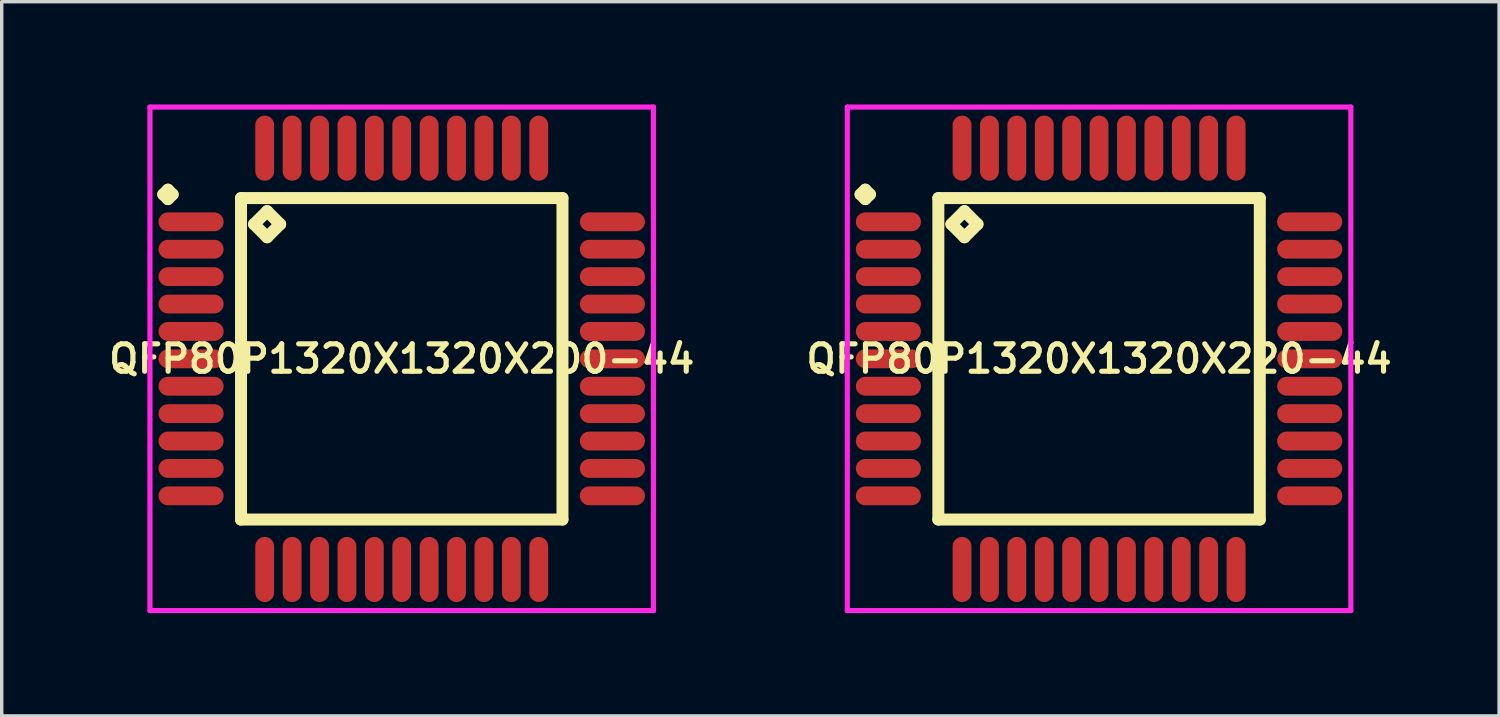
<source format=kicad_pcb>
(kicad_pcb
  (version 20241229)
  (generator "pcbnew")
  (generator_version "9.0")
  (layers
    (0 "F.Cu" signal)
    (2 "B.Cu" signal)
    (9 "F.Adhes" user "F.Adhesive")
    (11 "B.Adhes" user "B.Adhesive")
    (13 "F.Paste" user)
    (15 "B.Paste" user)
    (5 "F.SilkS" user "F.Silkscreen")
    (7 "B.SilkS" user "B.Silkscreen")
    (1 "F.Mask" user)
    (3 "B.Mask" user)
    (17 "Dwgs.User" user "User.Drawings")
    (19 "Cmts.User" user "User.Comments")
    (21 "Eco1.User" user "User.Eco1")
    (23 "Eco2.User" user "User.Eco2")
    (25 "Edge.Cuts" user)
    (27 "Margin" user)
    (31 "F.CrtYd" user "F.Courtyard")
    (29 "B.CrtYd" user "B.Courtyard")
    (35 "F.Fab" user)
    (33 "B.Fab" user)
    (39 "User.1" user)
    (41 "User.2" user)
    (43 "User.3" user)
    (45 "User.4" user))
  (footprint "QFP80P1320X1320X200-44"
    (layer "F.Cu")
    (at 8.678 7.425)
    (property "Reference" "QFP80P1320X1320X200-44" (at 0 0 0) (layer "F.SilkS") (effects (font (size 0.8 0.8) (thickness 0.15))))
    (attr smd)
    (fp_line (start -6.963 -4.8) (end -6.825 -4.938) (stroke (width 0.35) (type solid)) (layer "F.SilkS"))
    (fp_line (start -6.825 -4.938) (end -6.688 -4.8) (stroke (width 0.35) (type solid)) (layer "F.SilkS"))
    (fp_line (start -6.825 -4.662) (end -6.963 -4.8) (stroke (width 0.35) (type solid)) (layer "F.SilkS"))
    (fp_line (start -6.688 -4.8) (end -6.825 -4.662) (stroke (width 0.35) (type solid)) (layer "F.SilkS"))
    (fp_line (start -4.692 -4.692) (end -4.692 4.692) (stroke (width 0.35) (type solid)) (layer "F.SilkS"))
    (fp_line (start -4.692 4.692) (end 4.692 4.692) (stroke (width 0.35) (type solid)) (layer "F.SilkS"))
    (fp_line (start -4.311 -3.93) (end -3.93 -4.311) (stroke (width 0.35) (type solid)) (layer "F.SilkS"))
    (fp_line (start -3.93 -4.311) (end -3.549 -3.93) (stroke (width 0.35) (type solid)) (layer "F.SilkS"))
    (fp_line (start -3.93 -3.549) (end -4.311 -3.93) (stroke (width 0.35) (type solid)) (layer "F.SilkS"))
    (fp_line (start -3.549 -3.93) (end -3.93 -3.549) (stroke (width 0.35) (type solid)) (layer "F.SilkS"))
    (fp_line (start 4.692 -4.692) (end -4.692 -4.692) (stroke (width 0.35) (type solid)) (layer "F.SilkS"))
    (fp_line (start 4.692 4.692) (end 4.692 -4.692) (stroke (width 0.35) (type solid)) (layer "F.SilkS"))
    (fp_line (start -7.35 -7.35) (end 7.35 -7.35) (stroke (width 0.15) (type solid)) (layer "F.CrtYd"))
    (fp_line (start -7.35 7.35) (end -7.35 -7.35) (stroke (width 0.15) (type solid)) (layer "F.CrtYd"))
    (fp_line (start 7.35 -7.35) (end 7.35 7.35) (stroke (width 0.15) (type solid)) (layer "F.CrtYd"))
    (fp_line (start 7.35 7.35) (end -7.35 7.35) (stroke (width 0.15) (type solid)) (layer "F.CrtYd"))
    (pad "1" smd oval (at -6.15 -4) (size 1.9 0.55) (layers "F.Cu" "F.Mask" "F.Paste"))
    (pad "2" smd oval (at -6.15 -3.2) (size 1.9 0.55) (layers "F.Cu" "F.Mask" "F.Paste"))
    (pad "3" smd oval (at -6.15 -2.4) (size 1.9 0.55) (layers "F.Cu" "F.Mask" "F.Paste"))
    (pad "4" smd oval (at -6.15 -1.6) (size 1.9 0.55) (layers "F.Cu" "F.Mask" "F.Paste"))
    (pad "5" smd oval (at -6.15 -0.8) (size 1.9 0.55) (layers "F.Cu" "F.Mask" "F.Paste"))
    (pad "6" smd oval (at -6.15 0) (size 1.9 0.55) (layers "F.Cu" "F.Mask" "F.Paste"))
    (pad "7" smd oval (at -6.15 0.8) (size 1.9 0.55) (layers "F.Cu" "F.Mask" "F.Paste"))
    (pad "8" smd oval (at -6.15 1.6) (size 1.9 0.55) (layers "F.Cu" "F.Mask" "F.Paste"))
    (pad "9" smd oval (at -6.15 2.4) (size 1.9 0.55) (layers "F.Cu" "F.Mask" "F.Paste"))
    (pad "10" smd oval (at -6.15 3.2) (size 1.9 0.55) (layers "F.Cu" "F.Mask" "F.Paste"))
    (pad "11" smd oval (at -6.15 4) (size 1.9 0.55) (layers "F.Cu" "F.Mask" "F.Paste"))
    (pad "12" smd oval (at -4 6.15) (size 0.55 1.9) (layers "F.Cu" "F.Mask" "F.Paste"))
    (pad "13" smd oval (at -3.2 6.15) (size 0.55 1.9) (layers "F.Cu" "F.Mask" "F.Paste"))
    (pad "14" smd oval (at -2.4 6.15) (size 0.55 1.9) (layers "F.Cu" "F.Mask" "F.Paste"))
    (pad "15" smd oval (at -1.6 6.15) (size 0.55 1.9) (layers "F.Cu" "F.Mask" "F.Paste"))
    (pad "16" smd oval (at -0.8 6.15) (size 0.55 1.9) (layers "F.Cu" "F.Mask" "F.Paste"))
    (pad "17" smd oval (at 0 6.15) (size 0.55 1.9) (layers "F.Cu" "F.Mask" "F.Paste"))
    (pad "18" smd oval (at 0.8 6.15) (size 0.55 1.9) (layers "F.Cu" "F.Mask" "F.Paste"))
    (pad "19" smd oval (at 1.6 6.15) (size 0.55 1.9) (layers "F.Cu" "F.Mask" "F.Paste"))
    (pad "20" smd oval (at 2.4 6.15) (size 0.55 1.9) (layers "F.Cu" "F.Mask" "F.Paste"))
    (pad "21" smd oval (at 3.2 6.15) (size 0.55 1.9) (layers "F.Cu" "F.Mask" "F.Paste"))
    (pad "22" smd oval (at 4 6.15) (size 0.55 1.9) (layers "F.Cu" "F.Mask" "F.Paste"))
    (pad "23" smd oval (at 6.15 4) (size 1.9 0.55) (layers "F.Cu" "F.Mask" "F.Paste"))
    (pad "24" smd oval (at 6.15 3.2) (size 1.9 0.55) (layers "F.Cu" "F.Mask" "F.Paste"))
    (pad "25" smd oval (at 6.15 2.4) (size 1.9 0.55) (layers "F.Cu" "F.Mask" "F.Paste"))
    (pad "26" smd oval (at 6.15 1.6) (size 1.9 0.55) (layers "F.Cu" "F.Mask" "F.Paste"))
    (pad "27" smd oval (at 6.15 0.8) (size 1.9 0.55) (layers "F.Cu" "F.Mask" "F.Paste"))
    (pad "28" smd oval (at 6.15 0) (size 1.9 0.55) (layers "F.Cu" "F.Mask" "F.Paste"))
    (pad "29" smd oval (at 6.15 -0.8) (size 1.9 0.55) (layers "F.Cu" "F.Mask" "F.Paste"))
    (pad "30" smd oval (at 6.15 -1.6) (size 1.9 0.55) (layers "F.Cu" "F.Mask" "F.Paste"))
    (pad "31" smd oval (at 6.15 -2.4) (size 1.9 0.55) (layers "F.Cu" "F.Mask" "F.Paste"))
    (pad "32" smd oval (at 6.15 -3.2) (size 1.9 0.55) (layers "F.Cu" "F.Mask" "F.Paste"))
    (pad "33" smd oval (at 6.15 -4) (size 1.9 0.55) (layers "F.Cu" "F.Mask" "F.Paste"))
    (pad "34" smd oval (at 4 -6.15) (size 0.55 1.9) (layers "F.Cu" "F.Mask" "F.Paste"))
    (pad "35" smd oval (at 3.2 -6.15) (size 0.55 1.9) (layers "F.Cu" "F.Mask" "F.Paste"))
    (pad "36" smd oval (at 2.4 -6.15) (size 0.55 1.9) (layers "F.Cu" "F.Mask" "F.Paste"))
    (pad "37" smd oval (at 1.6 -6.15) (size 0.55 1.9) (layers "F.Cu" "F.Mask" "F.Paste"))
    (pad "38" smd oval (at 0.8 -6.15) (size 0.55 1.9) (layers "F.Cu" "F.Mask" "F.Paste"))
    (pad "39" smd oval (at 0 -6.15) (size 0.55 1.9) (layers "F.Cu" "F.Mask" "F.Paste"))
    (pad "40" smd oval (at -0.8 -6.15) (size 0.55 1.9) (layers "F.Cu" "F.Mask" "F.Paste"))
    (pad "41" smd oval (at -1.6 -6.15) (size 0.55 1.9) (layers "F.Cu" "F.Mask" "F.Paste"))
    (pad "42" smd oval (at -2.4 -6.15) (size 0.55 1.9) (layers "F.Cu" "F.Mask" "F.Paste"))
    (pad "43" smd oval (at -3.2 -6.15) (size 0.55 1.9) (layers "F.Cu" "F.Mask" "F.Paste"))
    (pad "44" smd oval (at -4 -6.15) (size 0.55 1.9) (layers "F.Cu" "F.Mask" "F.Paste")))
  (footprint "QFP80P1320X1320X220-44"
    (layer "F.Cu")
    (at 29.035 7.425)
    (property "Reference" "QFP80P1320X1320X220-44" (at 0 0 0) (layer "F.SilkS") (effects (font (size 0.8 0.8) (thickness 0.15))))
    (attr through_hole)
    (fp_line (start -6.963 -4.8) (end -6.825 -4.938) (stroke (width 0.35) (type solid)) (layer "F.SilkS"))
    (fp_line (start -6.825 -4.938) (end -6.688 -4.8) (stroke (width 0.35) (type solid)) (layer "F.SilkS"))
    (fp_line (start -6.825 -4.662) (end -6.963 -4.8) (stroke (width 0.35) (type solid)) (layer "F.SilkS"))
    (fp_line (start -6.688 -4.8) (end -6.825 -4.662) (stroke (width 0.35) (type solid)) (layer "F.SilkS"))
    (fp_line (start -4.692 -4.692) (end -4.692 4.692) (stroke (width 0.35) (type solid)) (layer "F.SilkS"))
    (fp_line (start -4.692 4.692) (end 4.692 4.692) (stroke (width 0.35) (type solid)) (layer "F.SilkS"))
    (fp_line (start -4.311 -3.93) (end -3.93 -4.311) (stroke (width 0.35) (type solid)) (layer "F.SilkS"))
    (fp_line (start -3.93 -4.311) (end -3.549 -3.93) (stroke (width 0.35) (type solid)) (layer "F.SilkS"))
    (fp_line (start -3.93 -3.549) (end -4.311 -3.93) (stroke (width 0.35) (type solid)) (layer "F.SilkS"))
    (fp_line (start -3.549 -3.93) (end -3.93 -3.549) (stroke (width 0.35) (type solid)) (layer "F.SilkS"))
    (fp_line (start 4.692 -4.692) (end -4.692 -4.692) (stroke (width 0.35) (type solid)) (layer "F.SilkS"))
    (fp_line (start 4.692 4.692) (end 4.692 -4.692) (stroke (width 0.35) (type solid)) (layer "F.SilkS"))
    (fp_line (start -7.35 -7.35) (end 7.35 -7.35) (stroke (width 0.15) (type solid)) (layer "F.CrtYd"))
    (fp_line (start -7.35 7.35) (end -7.35 -7.35) (stroke (width 0.15) (type solid)) (layer "F.CrtYd"))
    (fp_line (start 7.35 -7.35) (end 7.35 7.35) (stroke (width 0.15) (type solid)) (layer "F.CrtYd"))
    (fp_line (start 7.35 7.35) (end -7.35 7.35) (stroke (width 0.15) (type solid)) (layer "F.CrtYd"))
    (pad "1" smd oval (at -6.15 -4) (size 1.9 0.55) (layers "F.Cu" "F.Mask" "F.Paste"))
    (pad "2" smd oval (at -6.15 -3.2) (size 1.9 0.55) (layers "F.Cu" "F.Mask" "F.Paste"))
    (pad "3" smd oval (at -6.15 -2.4) (size 1.9 0.55) (layers "F.Cu" "F.Mask" "F.Paste"))
    (pad "4" smd oval (at -6.15 -1.6) (size 1.9 0.55) (layers "F.Cu" "F.Mask" "F.Paste"))
    (pad "5" smd oval (at -6.15 -0.8) (size 1.9 0.55) (layers "F.Cu" "F.Mask" "F.Paste"))
    (pad "6" smd oval (at -6.15 0) (size 1.9 0.55) (layers "F.Cu" "F.Mask" "F.Paste"))
    (pad "7" smd oval (at -6.15 0.8) (size 1.9 0.55) (layers "F.Cu" "F.Mask" "F.Paste"))
    (pad "8" smd oval (at -6.15 1.6) (size 1.9 0.55) (layers "F.Cu" "F.Mask" "F.Paste"))
    (pad "9" smd oval (at -6.15 2.4) (size 1.9 0.55) (layers "F.Cu" "F.Mask" "F.Paste"))
    (pad "10" smd oval (at -6.15 3.2) (size 1.9 0.55) (layers "F.Cu" "F.Mask" "F.Paste"))
    (pad "11" smd oval (at -6.15 4) (size 1.9 0.55) (layers "F.Cu" "F.Mask" "F.Paste"))
    (pad "12" smd oval (at -4 6.15) (size 0.55 1.9) (layers "F.Cu" "F.Mask" "F.Paste"))
    (pad "13" smd oval (at -3.2 6.15) (size 0.55 1.9) (layers "F.Cu" "F.Mask" "F.Paste"))
    (pad "14" smd oval (at -2.4 6.15) (size 0.55 1.9) (layers "F.Cu" "F.Mask" "F.Paste"))
    (pad "15" smd oval (at -1.6 6.15) (size 0.55 1.9) (layers "F.Cu" "F.Mask" "F.Paste"))
    (pad "16" smd oval (at -0.8 6.15) (size 0.55 1.9) (layers "F.Cu" "F.Mask" "F.Paste"))
    (pad "17" smd oval (at 0 6.15) (size 0.55 1.9) (layers "F.Cu" "F.Mask" "F.Paste"))
    (pad "18" smd oval (at 0.8 6.15) (size 0.55 1.9) (layers "F.Cu" "F.Mask" "F.Paste"))
    (pad "19" smd oval (at 1.6 6.15) (size 0.55 1.9) (layers "F.Cu" "F.Mask" "F.Paste"))
    (pad "20" smd oval (at 2.4 6.15) (size 0.55 1.9) (layers "F.Cu" "F.Mask" "F.Paste"))
    (pad "21" smd oval (at 3.2 6.15) (size 0.55 1.9) (layers "F.Cu" "F.Mask" "F.Paste"))
    (pad "22" smd oval (at 4 6.15) (size 0.55 1.9) (layers "F.Cu" "F.Mask" "F.Paste"))
    (pad "23" smd oval (at 6.15 4) (size 1.9 0.55) (layers "F.Cu" "F.Mask" "F.Paste"))
    (pad "24" smd oval (at 6.15 3.2) (size 1.9 0.55) (layers "F.Cu" "F.Mask" "F.Paste"))
    (pad "25" smd oval (at 6.15 2.4) (size 1.9 0.55) (layers "F.Cu" "F.Mask" "F.Paste"))
    (pad "26" smd oval (at 6.15 1.6) (size 1.9 0.55) (layers "F.Cu" "F.Mask" "F.Paste"))
    (pad "27" smd oval (at 6.15 0.8) (size 1.9 0.55) (layers "F.Cu" "F.Mask" "F.Paste"))
    (pad "28" smd oval (at 6.15 0) (size 1.9 0.55) (layers "F.Cu" "F.Mask" "F.Paste"))
    (pad "29" smd oval (at 6.15 -0.8) (size 1.9 0.55) (layers "F.Cu" "F.Mask" "F.Paste"))
    (pad "30" smd oval (at 6.15 -1.6) (size 1.9 0.55) (layers "F.Cu" "F.Mask" "F.Paste"))
    (pad "31" smd oval (at 6.15 -2.4) (size 1.9 0.55) (layers "F.Cu" "F.Mask" "F.Paste"))
    (pad "32" smd oval (at 6.15 -3.2) (size 1.9 0.55) (layers "F.Cu" "F.Mask" "F.Paste"))
    (pad "33" smd oval (at 6.15 -4) (size 1.9 0.55) (layers "F.Cu" "F.Mask" "F.Paste"))
    (pad "34" smd oval (at 4 -6.15) (size 0.55 1.9) (layers "F.Cu" "F.Mask" "F.Paste"))
    (pad "35" smd oval (at 3.2 -6.15) (size 0.55 1.9) (layers "F.Cu" "F.Mask" "F.Paste"))
    (pad "36" smd oval (at 2.4 -6.15) (size 0.55 1.9) (layers "F.Cu" "F.Mask" "F.Paste"))
    (pad "37" smd oval (at 1.6 -6.15) (size 0.55 1.9) (layers "F.Cu" "F.Mask" "F.Paste"))
    (pad "38" smd oval (at 0.8 -6.15) (size 0.55 1.9) (layers "F.Cu" "F.Mask" "F.Paste"))
    (pad "39" smd oval (at 0 -6.15) (size 0.55 1.9) (layers "F.Cu" "F.Mask" "F.Paste"))
    (pad "40" smd oval (at -0.8 -6.15) (size 0.55 1.9) (layers "F.Cu" "F.Mask" "F.Paste"))
    (pad "41" smd oval (at -1.6 -6.15) (size 0.55 1.9) (layers "F.Cu" "F.Mask" "F.Paste"))
    (pad "42" smd oval (at -2.4 -6.15) (size 0.55 1.9) (layers "F.Cu" "F.Mask" "F.Paste"))
    (pad "43" smd oval (at -3.2 -6.15) (size 0.55 1.9) (layers "F.Cu" "F.Mask" "F.Paste"))
    (pad "44" smd oval (at -4 -6.15) (size 0.55 1.9) (layers "F.Cu" "F.Mask" "F.Paste")))
  (gr_rect
    (start -3 -3)
    (end 40.713 17.85)
    (stroke (width 0.1) (type default))
    (fill no)
    (layer "Edge.Cuts")))
</source>
